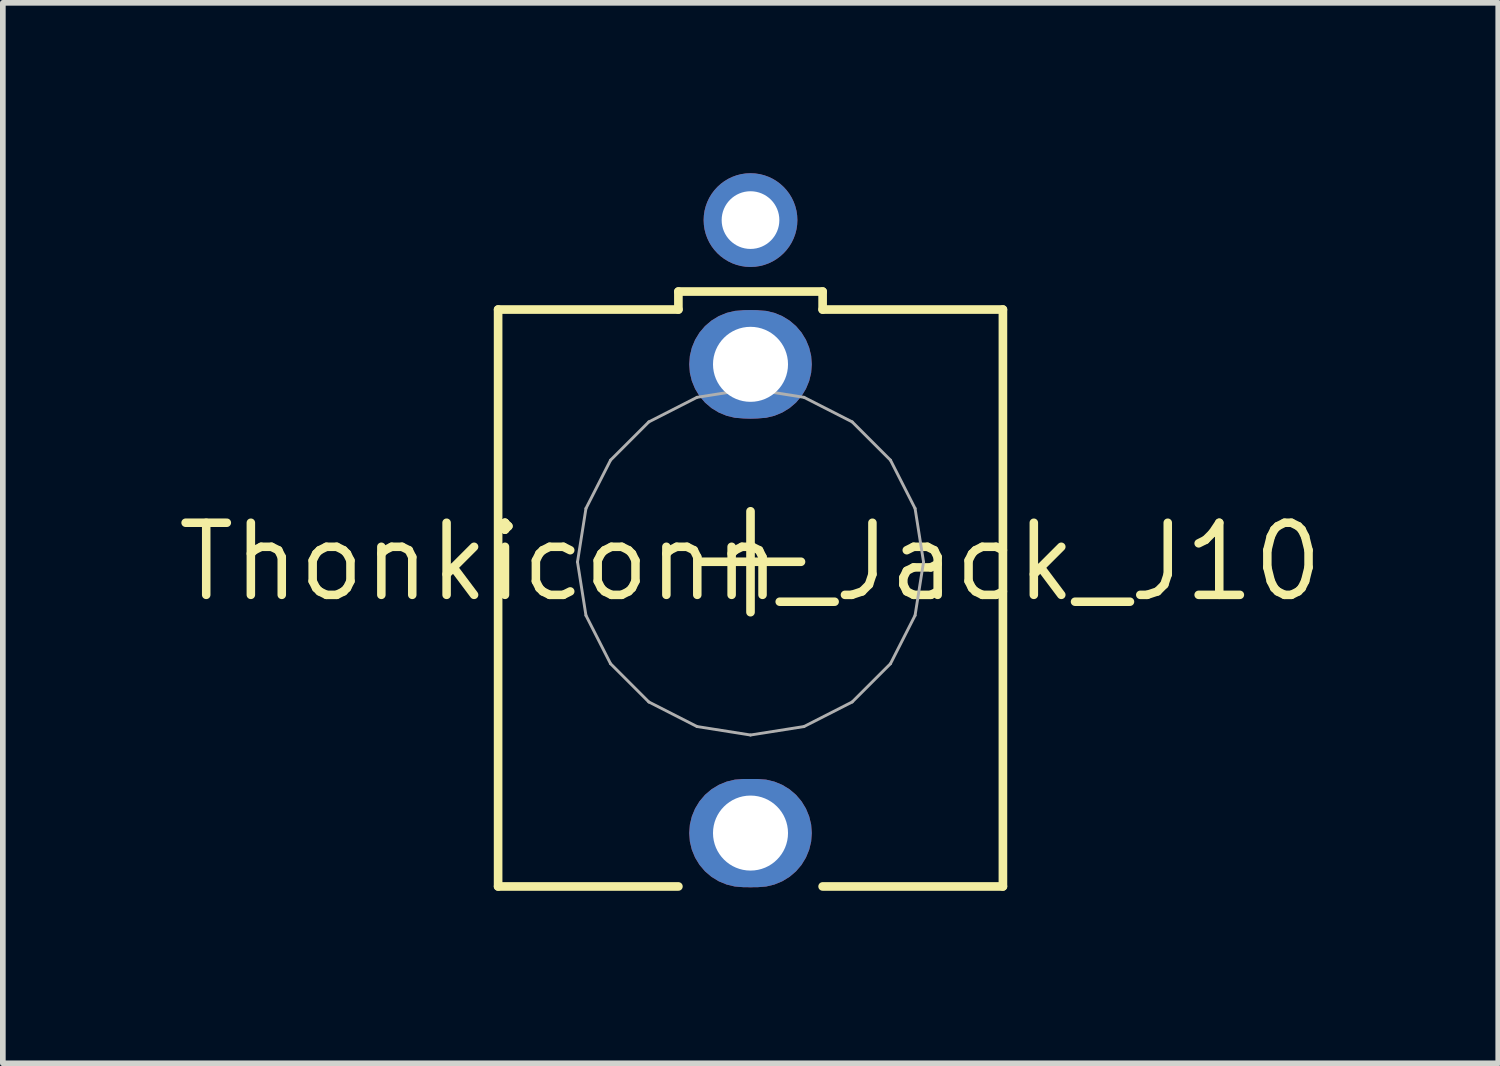
<source format=kicad_pcb>
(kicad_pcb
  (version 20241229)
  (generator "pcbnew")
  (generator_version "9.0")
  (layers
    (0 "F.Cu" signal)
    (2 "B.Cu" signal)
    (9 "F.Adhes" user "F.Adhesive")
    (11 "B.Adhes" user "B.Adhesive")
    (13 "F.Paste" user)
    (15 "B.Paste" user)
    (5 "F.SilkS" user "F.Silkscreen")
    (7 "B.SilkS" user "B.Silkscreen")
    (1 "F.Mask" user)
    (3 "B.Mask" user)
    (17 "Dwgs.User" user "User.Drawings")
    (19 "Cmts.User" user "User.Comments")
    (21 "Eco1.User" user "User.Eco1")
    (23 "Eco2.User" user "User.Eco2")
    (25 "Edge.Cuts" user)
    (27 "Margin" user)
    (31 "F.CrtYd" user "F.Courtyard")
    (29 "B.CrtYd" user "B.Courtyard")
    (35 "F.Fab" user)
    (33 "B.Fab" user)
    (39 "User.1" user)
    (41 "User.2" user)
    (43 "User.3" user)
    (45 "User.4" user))
  (footprint "Thonkiconn_Jack_J10"
    (layer "F.Cu")
    (at 10.167 6.846)
    (property "Reference" "Thonkiconn_Jack_J10" (at 0 0 0) (layer "F.SilkS") (effects (font (size 1.27 1.27) (thickness 0.15))))
    (fp_poly (pts (xy 0.276 -4.421) (xy 0.421 -4.386) (xy 0.559 -4.329) (xy 0.687 -4.251) (xy 0.801 -4.154) (xy 0.898 -4.04) (xy 0.976 -3.912) (xy 1.033 -3.774) (xy 1.068 -3.629) (xy 1.079 -3.48) (xy 1.068 -3.331) (xy 1.033 -3.186) (xy 0.976 -3.048) (xy 0.898 -2.92) (xy 0.801 -2.806) (xy 0.687 -2.709) (xy 0.559 -2.631) (xy 0.421 -2.574) (xy 0.276 -2.539) (xy 0.127 -2.527) (xy -0.127 -2.527) (xy -0.276 -2.539) (xy -0.421 -2.574) (xy -0.559 -2.631) (xy -0.687 -2.709) (xy -0.801 -2.806) (xy -0.898 -2.92) (xy -0.976 -3.048) (xy -1.033 -3.186) (xy -1.068 -3.331) (xy -1.079 -3.48) (xy -1.068 -3.629) (xy -1.033 -3.774) (xy -0.976 -3.912) (xy -0.898 -4.04) (xy -0.801 -4.154) (xy -0.687 -4.251) (xy -0.559 -4.329) (xy -0.421 -4.386) (xy -0.276 -4.421) (xy -0.127 -4.432) (xy 0.127 -4.432)) (stroke (width 0) (type default)) (fill yes) (layer "F.Cu"))
    (fp_poly (pts (xy 0.276 3.834) (xy 0.421 3.869) (xy 0.559 3.926) (xy 0.687 4.004) (xy 0.801 4.101) (xy 0.898 4.215) (xy 0.976 4.343) (xy 1.033 4.481) (xy 1.068 4.626) (xy 1.079 4.775) (xy 1.068 4.924) (xy 1.033 5.069) (xy 0.976 5.207) (xy 0.898 5.335) (xy 0.801 5.449) (xy 0.687 5.546) (xy 0.559 5.624) (xy 0.421 5.681) (xy 0.276 5.716) (xy 0.127 5.728) (xy -0.127 5.728) (xy -0.276 5.716) (xy -0.421 5.681) (xy -0.559 5.624) (xy -0.687 5.546) (xy -0.801 5.449) (xy -0.898 5.335) (xy -0.976 5.207) (xy -1.033 5.069) (xy -1.068 4.924) (xy -1.079 4.775) (xy -1.068 4.626) (xy -1.033 4.481) (xy -0.976 4.343) (xy -0.898 4.215) (xy -0.801 4.101) (xy -0.687 4.004) (xy -0.559 3.926) (xy -0.421 3.869) (xy -0.276 3.834) (xy -0.127 3.823) (xy 0.127 3.823)) (stroke (width 0) (type default)) (fill yes) (layer "F.Cu"))
    (fp_poly (pts (xy 0.292 -4.522) (xy 0.453 -4.483) (xy 0.606 -4.42) (xy 0.748 -4.334) (xy 0.873 -4.226) (xy 0.981 -4.1) (xy 1.067 -3.958) (xy 1.131 -3.806) (xy 1.169 -3.645) (xy 1.182 -3.48) (xy 1.169 -3.315) (xy 1.131 -3.154) (xy 1.067 -3.001) (xy 0.981 -2.859) (xy 0.873 -2.733) (xy 0.748 -2.626) (xy 0.606 -2.54) (xy 0.453 -2.476) (xy 0.292 -2.438) (xy 0.127 -2.425) (xy -0.127 -2.425) (xy -0.292 -2.438) (xy -0.453 -2.476) (xy -0.606 -2.54) (xy -0.748 -2.626) (xy -0.873 -2.733) (xy -0.981 -2.859) (xy -1.067 -3.001) (xy -1.131 -3.154) (xy -1.169 -3.315) (xy -1.182 -3.48) (xy -1.169 -3.645) (xy -1.131 -3.806) (xy -1.067 -3.958) (xy -0.981 -4.1) (xy -0.873 -4.226) (xy -0.748 -4.334) (xy -0.606 -4.42) (xy -0.453 -4.483) (xy -0.292 -4.522) (xy -0.127 -4.535) (xy 0.127 -4.535)) (stroke (width 0) (type default)) (fill yes) (layer "F.Mask"))
    (fp_poly (pts (xy 0.292 3.733) (xy 0.453 3.772) (xy 0.606 3.835) (xy 0.748 3.921) (xy 0.873 4.029) (xy 0.981 4.155) (xy 1.067 4.297) (xy 1.131 4.449) (xy 1.169 4.61) (xy 1.182 4.775) (xy 1.169 4.94) (xy 1.131 5.101) (xy 1.067 5.254) (xy 0.981 5.396) (xy 0.873 5.522) (xy 0.748 5.629) (xy 0.606 5.715) (xy 0.453 5.779) (xy 0.292 5.817) (xy 0.127 5.83) (xy -0.127 5.83) (xy -0.292 5.817) (xy -0.453 5.779) (xy -0.606 5.715) (xy -0.748 5.629) (xy -0.873 5.522) (xy -0.981 5.396) (xy -1.067 5.254) (xy -1.131 5.101) (xy -1.169 4.94) (xy -1.182 4.775) (xy -1.169 4.61) (xy -1.131 4.449) (xy -1.067 4.297) (xy -0.981 4.155) (xy -0.873 4.029) (xy -0.748 3.921) (xy -0.606 3.835) (xy -0.453 3.772) (xy -0.292 3.733) (xy -0.127 3.72) (xy 0.127 3.72)) (stroke (width 0) (type default)) (fill yes) (layer "F.Mask"))
    (fp_poly (pts (xy 0.276 -4.421) (xy 0.421 -4.386) (xy 0.559 -4.329) (xy 0.687 -4.251) (xy 0.801 -4.154) (xy 0.898 -4.04) (xy 0.976 -3.912) (xy 1.033 -3.774) (xy 1.068 -3.629) (xy 1.079 -3.48) (xy 1.068 -3.331) (xy 1.033 -3.186) (xy 0.976 -3.048) (xy 0.898 -2.92) (xy 0.801 -2.806) (xy 0.687 -2.709) (xy 0.559 -2.631) (xy 0.421 -2.574) (xy 0.276 -2.539) (xy 0.127 -2.527) (xy -0.127 -2.527) (xy -0.276 -2.539) (xy -0.421 -2.574) (xy -0.559 -2.631) (xy -0.687 -2.709) (xy -0.801 -2.806) (xy -0.898 -2.92) (xy -0.976 -3.048) (xy -1.033 -3.186) (xy -1.068 -3.331) (xy -1.079 -3.48) (xy -1.068 -3.629) (xy -1.033 -3.774) (xy -0.976 -3.912) (xy -0.898 -4.04) (xy -0.801 -4.154) (xy -0.687 -4.251) (xy -0.559 -4.329) (xy -0.421 -4.386) (xy -0.276 -4.421) (xy -0.127 -4.432) (xy 0.127 -4.432)) (stroke (width 0) (type default)) (fill yes) (layer "B.Cu"))
    (fp_poly (pts (xy 0.276 3.834) (xy 0.421 3.869) (xy 0.559 3.926) (xy 0.687 4.004) (xy 0.801 4.101) (xy 0.898 4.215) (xy 0.976 4.343) (xy 1.033 4.481) (xy 1.068 4.626) (xy 1.079 4.775) (xy 1.068 4.924) (xy 1.033 5.069) (xy 0.976 5.207) (xy 0.898 5.335) (xy 0.801 5.449) (xy 0.687 5.546) (xy 0.559 5.624) (xy 0.421 5.681) (xy 0.276 5.716) (xy 0.127 5.728) (xy -0.127 5.728) (xy -0.276 5.716) (xy -0.421 5.681) (xy -0.559 5.624) (xy -0.687 5.546) (xy -0.801 5.449) (xy -0.898 5.335) (xy -0.976 5.207) (xy -1.033 5.069) (xy -1.068 4.924) (xy -1.079 4.775) (xy -1.068 4.626) (xy -1.033 4.481) (xy -0.976 4.343) (xy -0.898 4.215) (xy -0.801 4.101) (xy -0.687 4.004) (xy -0.559 3.926) (xy -0.421 3.869) (xy -0.276 3.834) (xy -0.127 3.823) (xy 0.127 3.823)) (stroke (width 0) (type default)) (fill yes) (layer "B.Cu"))
    (fp_poly (pts (xy 0.292 -4.522) (xy 0.453 -4.483) (xy 0.606 -4.42) (xy 0.748 -4.334) (xy 0.873 -4.226) (xy 0.981 -4.1) (xy 1.067 -3.958) (xy 1.131 -3.806) (xy 1.169 -3.645) (xy 1.182 -3.48) (xy 1.169 -3.315) (xy 1.131 -3.154) (xy 1.067 -3.001) (xy 0.981 -2.859) (xy 0.873 -2.733) (xy 0.748 -2.626) (xy 0.606 -2.54) (xy 0.453 -2.476) (xy 0.292 -2.438) (xy 0.127 -2.425) (xy -0.127 -2.425) (xy -0.292 -2.438) (xy -0.453 -2.476) (xy -0.606 -2.54) (xy -0.748 -2.626) (xy -0.873 -2.733) (xy -0.981 -2.859) (xy -1.067 -3.001) (xy -1.131 -3.154) (xy -1.169 -3.315) (xy -1.182 -3.48) (xy -1.169 -3.645) (xy -1.131 -3.806) (xy -1.067 -3.958) (xy -0.981 -4.1) (xy -0.873 -4.226) (xy -0.748 -4.334) (xy -0.606 -4.42) (xy -0.453 -4.483) (xy -0.292 -4.522) (xy -0.127 -4.535) (xy 0.127 -4.535)) (stroke (width 0) (type default)) (fill yes) (layer "B.Mask"))
    (fp_poly (pts (xy 0.292 3.733) (xy 0.453 3.772) (xy 0.606 3.835) (xy 0.748 3.921) (xy 0.873 4.029) (xy 0.981 4.155) (xy 1.067 4.297) (xy 1.131 4.449) (xy 1.169 4.61) (xy 1.182 4.775) (xy 1.169 4.94) (xy 1.131 5.101) (xy 1.067 5.254) (xy 0.981 5.396) (xy 0.873 5.522) (xy 0.748 5.629) (xy 0.606 5.715) (xy 0.453 5.779) (xy 0.292 5.817) (xy 0.127 5.83) (xy -0.127 5.83) (xy -0.292 5.817) (xy -0.453 5.779) (xy -0.606 5.715) (xy -0.748 5.629) (xy -0.873 5.522) (xy -0.981 5.396) (xy -1.067 5.254) (xy -1.131 5.101) (xy -1.169 4.94) (xy -1.182 4.775) (xy -1.169 4.61) (xy -1.131 4.449) (xy -1.067 4.297) (xy -0.981 4.155) (xy -0.873 4.029) (xy -0.748 3.921) (xy -0.606 3.835) (xy -0.453 3.772) (xy -0.292 3.733) (xy -0.127 3.72) (xy 0.127 3.72)) (stroke (width 0) (type default)) (fill yes) (layer "B.Mask"))
    (fp_line (start -4.445 -4.445) (end -4.445 5.715) (stroke (width 0.152) (type solid)) (layer "F.SilkS"))
    (fp_line (start -1.27 -4.762) (end 1.27 -4.762) (stroke (width 0.152) (type solid)) (layer "F.SilkS"))
    (fp_line (start -1.27 -4.445) (end -4.445 -4.445) (stroke (width 0.152) (type solid)) (layer "F.SilkS"))
    (fp_line (start -1.27 -4.445) (end -1.27 -4.762) (stroke (width 0.152) (type solid)) (layer "F.SilkS"))
    (fp_line (start -1.27 5.715) (end -4.445 5.715) (stroke (width 0.152) (type solid)) (layer "F.SilkS"))
    (fp_line (start -0.89 -0.003) (end 0.889 -0.003) (stroke (width 0.152) (type solid)) (layer "F.SilkS"))
    (fp_line (start 0 0.885) (end 0 -0.892) (stroke (width 0.152) (type solid)) (layer "F.SilkS"))
    (fp_line (start 1.27 -4.762) (end 1.27 -4.445) (stroke (width 0.152) (type solid)) (layer "F.SilkS"))
    (fp_line (start 1.27 -4.445) (end 4.445 -4.445) (stroke (width 0.152) (type solid)) (layer "F.SilkS"))
    (fp_line (start 1.27 5.715) (end 4.445 5.715) (stroke (width 0.152) (type solid)) (layer "F.SilkS"))
    (fp_line (start 4.445 5.715) (end 4.445 -4.445) (stroke (width 0.152) (type solid)) (layer "F.SilkS"))
    (fp_line (start -3.047 0) (end -2.898 0.942) (stroke (width 0.051) (type solid)) (layer "F.Fab"))
    (fp_line (start -2.898 -0.942) (end -3.047 0) (stroke (width 0.051) (type solid)) (layer "F.Fab"))
    (fp_line (start -2.898 0.942) (end -2.465 1.792) (stroke (width 0.051) (type solid)) (layer "F.Fab"))
    (fp_line (start -2.465 -1.792) (end -2.898 -0.942) (stroke (width 0.051) (type solid)) (layer "F.Fab"))
    (fp_line (start -2.465 1.792) (end -1.791 2.466) (stroke (width 0.051) (type solid)) (layer "F.Fab"))
    (fp_line (start -1.791 -2.466) (end -2.465 -1.792) (stroke (width 0.051) (type solid)) (layer "F.Fab"))
    (fp_line (start -1.791 2.466) (end -0.942 2.899) (stroke (width 0.051) (type solid)) (layer "F.Fab"))
    (fp_line (start -0.942 -2.899) (end -1.791 -2.466) (stroke (width 0.051) (type solid)) (layer "F.Fab"))
    (fp_line (start -0.942 2.899) (end 0 3.048) (stroke (width 0.051) (type solid)) (layer "F.Fab"))
    (fp_line (start 0 -3.048) (end -0.942 -2.899) (stroke (width 0.051) (type solid)) (layer "F.Fab"))
    (fp_line (start 0 3.048) (end 0.942 2.899) (stroke (width 0.051) (type solid)) (layer "F.Fab"))
    (fp_line (start 0.942 -2.899) (end 0 -3.048) (stroke (width 0.051) (type solid)) (layer "F.Fab"))
    (fp_line (start 0.942 2.899) (end 1.791 2.466) (stroke (width 0.051) (type solid)) (layer "F.Fab"))
    (fp_line (start 1.791 -2.466) (end 0.942 -2.899) (stroke (width 0.051) (type solid)) (layer "F.Fab"))
    (fp_line (start 1.791 2.466) (end 2.465 1.792) (stroke (width 0.051) (type solid)) (layer "F.Fab"))
    (fp_line (start 2.465 -1.792) (end 1.791 -2.466) (stroke (width 0.051) (type solid)) (layer "F.Fab"))
    (fp_line (start 2.465 1.792) (end 2.898 0.942) (stroke (width 0.051) (type solid)) (layer "F.Fab"))
    (fp_line (start 2.898 -0.942) (end 2.465 -1.792) (stroke (width 0.051) (type solid)) (layer "F.Fab"))
    (fp_line (start 2.898 0.942) (end 3.047 0) (stroke (width 0.051) (type solid)) (layer "F.Fab"))
    (fp_line (start 3.047 0) (end 2.898 -0.942) (stroke (width 0.051) (type solid)) (layer "F.Fab"))
    (pad "1" thru_hole circle (at 0 -3.48) (size 1.905 1.905) (drill 1.321) (layers "*.Cu"))
    (pad "2" thru_hole circle (at 0 4.775) (size 1.905 1.905) (drill 1.321) (layers "*.Cu"))
    (pad "3" thru_hole circle (at 0 -6.02) (size 1.651 1.651) (drill 1.016) (layers "*.Cu" "*.Mask"))
    (zone (net_name "") (layer "F.Cu") (hatch edge 0.5) (connect_pads) (min_thickness 0.25) (filled_areas_thickness no) (keepout (tracks not_allowed) (vias not_allowed) (pads not_allowed) (copperpour not_allowed) (footprints allowed)) (placement (enabled no)) (fill) (polygon (pts (xy 11.409 6.845) (xy 11.389 6.623) (xy 11.33 6.408) (xy 11.233 6.207) (xy 11.103 6.027) (xy 10.942 5.873) (xy 10.756 5.751) (xy 10.551 5.663) (xy 10.334 5.614) (xy 10.112 5.604) (xy 9.891 5.634) (xy 9.679 5.702) (xy 9.483 5.808) (xy 9.309 5.947) (xy 9.162 6.114) (xy 9.048 6.306) (xy 8.97 6.514) (xy 8.93 6.733) (xy 8.93 6.956) (xy 8.97 7.175) (xy 9.048 7.383) (xy 9.162 7.575) (xy 9.309 7.742) (xy 9.483 7.881) (xy 9.679 7.987) (xy 9.891 8.055) (xy 10.112 8.085) (xy 10.334 8.075) (xy 10.551 8.026) (xy 10.756 7.938) (xy 10.942 7.816) (xy 11.103 7.662) (xy 11.233 7.482) (xy 11.33 7.281) (xy 11.389 7.066))) (polygon (pts (xy 11.159 6.845) (xy 11.139 6.645) (xy 11.079 6.453) (xy 10.981 6.278) (xy 10.851 6.126) (xy 10.692 6.003) (xy 10.512 5.914) (xy 10.318 5.864) (xy 10.117 5.854) (xy 9.919 5.884) (xy 9.73 5.954) (xy 9.56 6.06) (xy 9.415 6.198) (xy 9.3 6.363) (xy 9.221 6.548) (xy 9.18 6.744) (xy 9.18 6.945) (xy 9.221 7.141) (xy 9.3 7.326) (xy 9.415 7.491) (xy 9.56 7.629) (xy 9.73 7.735) (xy 9.919 7.805) (xy 10.117 7.835) (xy 10.318 7.825) (xy 10.512 7.775) (xy 10.692 7.686) (xy 10.851 7.563) (xy 10.981 7.411) (xy 11.079 7.236) (xy 11.139 7.044)))))
  (gr_rect
    (start -3 -3)
    (end 23.335 15.675)
    (stroke (width 0.1) (type default))
    (fill no)
    (layer "Edge.Cuts")))
</source>
